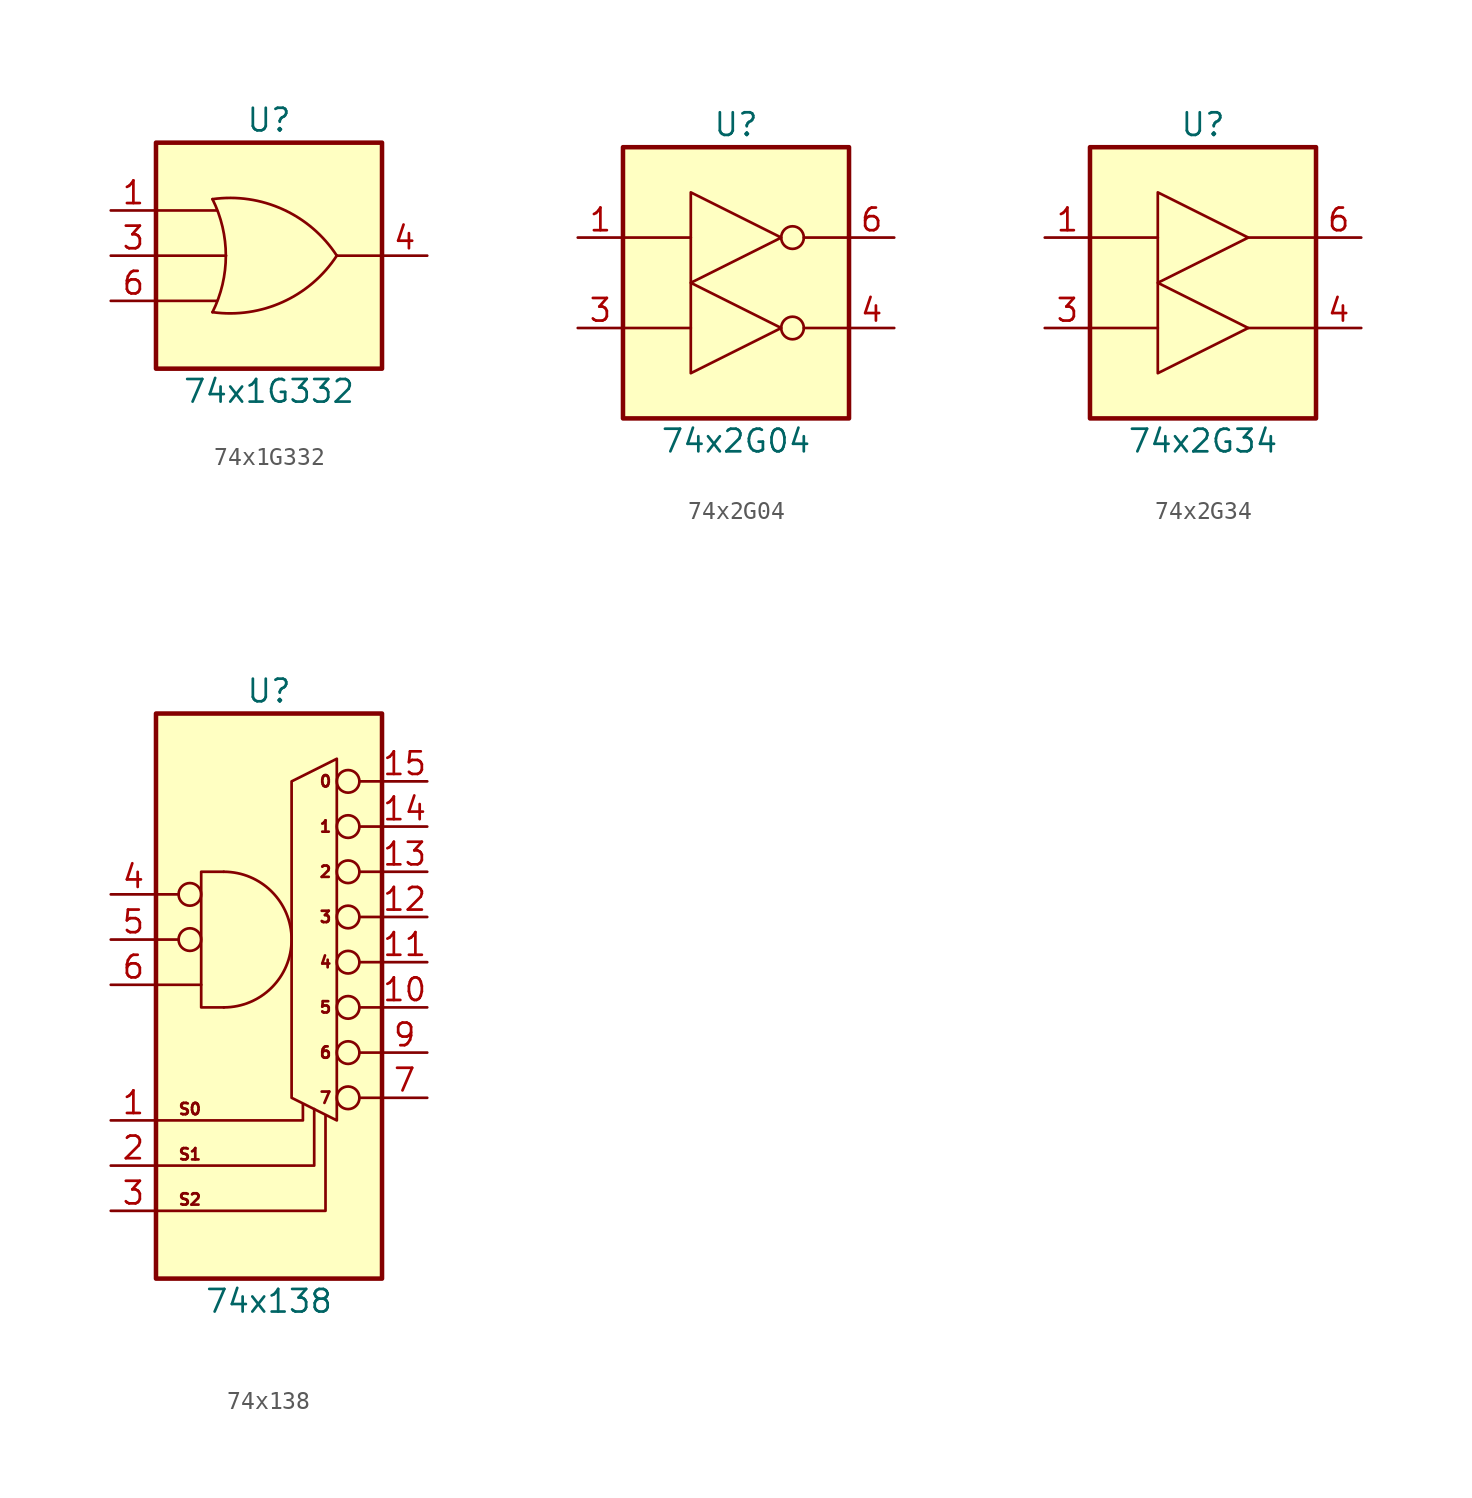
<source format=kicad_sym>
(kicad_symbol_lib
  (version 20211014)
  (generator kicad_symbol_editor)
  (symbol "74x1G332"
    (pin_names
      (offset 1.016))
    (property "Reference" "U"
      (at 0 7.62 0)
      (effects (font (size 1.27 1.27))))
    (property "Value" "74x1G332"
      (at 0 -7.62 0)
      (effects (font (size 1.27 1.27))))
    (symbol "74x1G332_0_1"
      (rectangle (start -6.35 6.35) (end 6.35 -6.35) (stroke (width 0.254) (type default) (color 0 0 0 0)) (fill (type background)))
      (arc (start -3.175 -3.175) (mid -2.4255 0) (end -3.175 3.175) (stroke (width 0) (type default) (color 0 0 0 0)) (fill (type none)))
      (arc (start -3.175 -3.175) (mid 0.7785 -2.6017) (end 3.81 0) (stroke (width 0) (type default) (color 0 0 0 0)) (fill (type none)))
      (polyline (pts (xy -6.35 -2.54) (xy -2.921 -2.54)) (stroke (width 0) (type default) (color 0 0 0 0)) (fill (type none)))
      (polyline (pts (xy -6.35 0) (xy -2.413 0)) (stroke (width 0) (type default) (color 0 0 0 0)) (fill (type none)))
      (polyline (pts (xy -6.35 2.54) (xy -2.921 2.54)) (stroke (width 0) (type default) (color 0 0 0 0)) (fill (type none)))
      (polyline (pts (xy 3.81 0) (xy 6.35 0)) (stroke (width 0) (type default) (color 0 0 0 0)) (fill (type none)))
      (arc (start 3.81 0) (mid 0.7794 2.6036) (end -3.175 3.175) (stroke (width 0) (type default) (color 0 0 0 0)) (fill (type none))))
    (symbol "74x1G332_1_1"
      (pin input line (at -8.89 2.54 0) (length 2.54) (name "~" (effects (font (size 1.27 1.27)))) (number "1" (effects (font (size 1.27 1.27)))))
      (pin power_in line (at -8.89 -5.08 0) (length 2.54) hide (name "GND" (effects (font (size 1.27 1.27)))) (number "2" (effects (font (size 1.27 1.27)))))
      (pin input line (at -8.89 0 0) (length 2.54) (name "~" (effects (font (size 1.27 1.27)))) (number "3" (effects (font (size 1.27 1.27)))))
      (pin output line (at 8.89 0 180) (length 2.54) (name "~" (effects (font (size 1.27 1.27)))) (number "4" (effects (font (size 1.27 1.27)))))
      (pin power_in line (at 8.89 5.08 180) (length 2.54) hide (name "VCC" (effects (font (size 1.27 1.27)))) (number "5" (effects (font (size 1.27 1.27)))))
      (pin input line (at -8.89 -2.54 0) (length 2.54) (name "~" (effects (font (size 1.27 1.27)))) (number "6" (effects (font (size 1.27 1.27)))))))
  (symbol "74x2G04"
    (pin_names
      (offset 1.016))
    (property "Reference" "U"
      (at 0 8.89 0)
      (effects (font (size 1.27 1.27))))
    (property "Value" "74x2G04"
      (at 0 -8.89 0)
      (effects (font (size 1.27 1.27))))
    (symbol "74x2G04_0_1"
      (rectangle (start -6.35 7.62) (end 6.35 -7.62) (stroke (width 0.254) (type default) (color 0 0 0 0)) (fill (type background)))
      (polyline (pts (xy -6.35 -2.54) (xy -2.54 -2.54)) (stroke (width 0) (type default) (color 0 0 0 0)) (fill (type none)))
      (polyline (pts (xy -6.35 2.54) (xy -2.54 2.54)) (stroke (width 0) (type default) (color 0 0 0 0)) (fill (type none)))
      (polyline (pts (xy 6.35 -2.54) (xy 3.81 -2.54)) (stroke (width 0) (type default) (color 0 0 0 0)) (fill (type none)))
      (polyline (pts (xy 6.35 2.54) (xy 3.81 2.54)) (stroke (width 0) (type default) (color 0 0 0 0)) (fill (type none)))
      (polyline (pts (xy 2.54 -2.54) (xy -2.54 0) (xy -2.54 -5.08) (xy 2.54 -2.54)) (stroke (width 0) (type default) (color 0 0 0 0)) (fill (type none)))
      (polyline (pts (xy 2.54 2.54) (xy -2.54 5.08) (xy -2.54 0) (xy 2.54 2.54)) (stroke (width 0) (type default) (color 0 0 0 0)) (fill (type none)))
      (circle (center 3.175 -2.54) (radius 0.635) (stroke (width 0) (type default) (color 0 0 0 0)) (fill (type none)))
      (circle (center 3.175 2.54) (radius 0.635) (stroke (width 0) (type default) (color 0 0 0 0)) (fill (type none))))
    (symbol "74x2G04_1_1"
      (pin input line (at -8.89 2.54 0) (length 2.54) (name "~" (effects (font (size 1.27 1.27)))) (number "1" (effects (font (size 1.27 1.27)))))
      (pin power_in line (at -8.89 -6.35 0) (length 2.54) hide (name "GND" (effects (font (size 1.27 1.27)))) (number "2" (effects (font (size 1.27 1.27)))))
      (pin input line (at -8.89 -2.54 0) (length 2.54) (name "~" (effects (font (size 1.27 1.27)))) (number "3" (effects (font (size 1.27 1.27)))))
      (pin output line (at 8.89 -2.54 180) (length 2.54) (name "~" (effects (font (size 1.27 1.27)))) (number "4" (effects (font (size 1.27 1.27)))))
      (pin power_in line (at 8.89 6.35 180) (length 2.54) hide (name "VCC" (effects (font (size 1.27 1.27)))) (number "5" (effects (font (size 1.27 1.27)))))
      (pin output line (at 8.89 2.54 180) (length 2.54) (name "~" (effects (font (size 1.27 1.27)))) (number "6" (effects (font (size 1.27 1.27)))))))
  (symbol "74x2G34"
    (pin_names
      (offset 1.016))
    (property "Reference" "U"
      (at 0 8.89 0)
      (effects (font (size 1.27 1.27))))
    (property "Value" "74x2G34"
      (at 0 -8.89 0)
      (effects (font (size 1.27 1.27))))
    (symbol "74x2G34_0_1"
      (rectangle (start -6.35 7.62) (end 6.35 -7.62) (stroke (width 0.254) (type default) (color 0 0 0 0)) (fill (type background)))
      (polyline (pts (xy -6.35 -2.54) (xy -2.54 -2.54)) (stroke (width 0) (type default) (color 0 0 0 0)) (fill (type none)))
      (polyline (pts (xy -6.35 2.54) (xy -2.54 2.54)) (stroke (width 0) (type default) (color 0 0 0 0)) (fill (type none)))
      (polyline (pts (xy 6.35 -2.54) (xy 2.54 -2.54)) (stroke (width 0) (type default) (color 0 0 0 0)) (fill (type none)))
      (polyline (pts (xy 6.35 2.54) (xy 2.54 2.54)) (stroke (width 0) (type default) (color 0 0 0 0)) (fill (type none)))
      (polyline (pts (xy 2.54 -2.54) (xy -2.54 0) (xy -2.54 -5.08) (xy 2.54 -2.54)) (stroke (width 0) (type default) (color 0 0 0 0)) (fill (type none)))
      (polyline (pts (xy 2.54 2.54) (xy -2.54 5.08) (xy -2.54 0) (xy 2.54 2.54)) (stroke (width 0) (type default) (color 0 0 0 0)) (fill (type none))))
    (symbol "74x2G34_1_1"
      (pin input line (at -8.89 2.54 0) (length 2.54) (name "~" (effects (font (size 1.27 1.27)))) (number "1" (effects (font (size 1.27 1.27)))))
      (pin power_in line (at -8.89 -6.35 0) (length 2.54) hide (name "GND" (effects (font (size 1.27 1.27)))) (number "2" (effects (font (size 1.27 1.27)))))
      (pin input line (at -8.89 -2.54 0) (length 2.54) (name "~" (effects (font (size 1.27 1.27)))) (number "3" (effects (font (size 1.27 1.27)))))
      (pin output line (at 8.89 -2.54 180) (length 2.54) (name "~" (effects (font (size 1.27 1.27)))) (number "4" (effects (font (size 1.27 1.27)))))
      (pin power_in line (at 8.89 6.35 180) (length 2.54) hide (name "VCC" (effects (font (size 1.27 1.27)))) (number "5" (effects (font (size 1.27 1.27)))))
      (pin output line (at 8.89 2.54 180) (length 2.54) (name "~" (effects (font (size 1.27 1.27)))) (number "6" (effects (font (size 1.27 1.27)))))))
  (symbol "74x138"
    (pin_names
      (offset 1.016))
    (property "Reference" "U"
      (at 0 16.51 0)
      (effects (font (size 1.27 1.27))))
    (property "Value" "74x138"
      (at 0 -17.78 0)
      (effects (font (size 1.27 1.27))))
    (symbol "74x138_0_0"
      (text "S0" (at -4.445 -6.985 0) (effects (font (size 0.635 0.635))))
      (text "S1" (at -4.445 -9.525 0) (effects (font (size 0.635 0.635))))
      (text "S2" (at -4.445 -12.065 0) (effects (font (size 0.635 0.635)))))
    (symbol "74x138_0_1"
      (rectangle (start -6.35 15.24) (end 6.35 -16.51) (stroke (width 0.254) (type default) (color 0 0 0 0)) (fill (type background)))
      (circle (center -4.445 2.54) (radius 0.635) (stroke (width 0) (type default) (color 0 0 0 0)) (fill (type none)))
      (circle (center -4.445 5.08) (radius 0.635) (stroke (width 0) (type default) (color 0 0 0 0)) (fill (type none)))
      (arc (start -2.54 -1.27) (mid 1.27 2.54) (end -2.54 6.35) (stroke (width 0) (type default) (color 0 0 0 0)) (fill (type none)))
      (polyline (pts (xy -5.08 2.54) (xy -6.35 2.54)) (stroke (width 0) (type default) (color 0 0 0 0)) (fill (type none)))
      (polyline (pts (xy -5.08 5.08) (xy -6.35 5.08)) (stroke (width 0) (type default) (color 0 0 0 0)) (fill (type none)))
      (polyline (pts (xy -3.81 0) (xy -6.35 0)) (stroke (width 0) (type default) (color 0 0 0 0)) (fill (type none)))
      (polyline (pts (xy 5.08 -6.35) (xy 6.35 -6.35)) (stroke (width 0) (type default) (color 0 0 0 0)) (fill (type none)))
      (polyline (pts (xy 5.08 -3.81) (xy 6.35 -3.81)) (stroke (width 0) (type default) (color 0 0 0 0)) (fill (type none)))
      (polyline (pts (xy 5.08 -1.27) (xy 6.35 -1.27)) (stroke (width 0) (type default) (color 0 0 0 0)) (fill (type none)))
      (polyline (pts (xy 5.08 1.27) (xy 6.35 1.27)) (stroke (width 0) (type default) (color 0 0 0 0)) (fill (type none)))
      (polyline (pts (xy 5.08 3.81) (xy 6.35 3.81)) (stroke (width 0) (type default) (color 0 0 0 0)) (fill (type none)))
      (polyline (pts (xy 5.08 6.35) (xy 6.35 6.35)) (stroke (width 0) (type default) (color 0 0 0 0)) (fill (type none)))
      (polyline (pts (xy 5.08 8.89) (xy 6.35 8.89)) (stroke (width 0) (type default) (color 0 0 0 0)) (fill (type none)))
      (polyline (pts (xy 5.08 11.43) (xy 6.35 11.43)) (stroke (width 0) (type default) (color 0 0 0 0)) (fill (type none)))
      (polyline (pts (xy -6.35 -12.7) (xy 3.175 -12.7) (xy 3.175 -7.366)) (stroke (width 0) (type default) (color 0 0 0 0)) (fill (type none)))
      (polyline (pts (xy -6.35 -10.16) (xy 2.54 -10.16) (xy 2.54 -6.985)) (stroke (width 0) (type default) (color 0 0 0 0)) (fill (type none)))
      (polyline (pts (xy -6.35 -7.62) (xy 1.905 -7.62) (xy 1.905 -6.731)) (stroke (width 0) (type default) (color 0 0 0 0)) (fill (type none)))
      (polyline (pts (xy -2.54 6.35) (xy -3.81 6.35) (xy -3.81 -1.27) (xy -2.54 -1.27)) (stroke (width 0) (type default) (color 0 0 0 0)) (fill (type none)))
      (polyline (pts (xy 3.81 12.7) (xy 3.81 -7.62) (xy 1.27 -6.35) (xy 1.27 11.43) (xy 3.81 12.7)) (stroke (width 0) (type default) (color 0 0 0 0)) (fill (type none)))
      (circle (center 4.445 -6.35) (radius 0.635) (stroke (width 0) (type default) (color 0 0 0 0)) (fill (type none)))
      (circle (center 4.445 -3.81) (radius 0.635) (stroke (width 0) (type default) (color 0 0 0 0)) (fill (type none)))
      (circle (center 4.445 -1.27) (radius 0.635) (stroke (width 0) (type default) (color 0 0 0 0)) (fill (type none)))
      (circle (center 4.445 1.27) (radius 0.635) (stroke (width 0) (type default) (color 0 0 0 0)) (fill (type none)))
      (circle (center 4.445 3.81) (radius 0.635) (stroke (width 0) (type default) (color 0 0 0 0)) (fill (type none)))
      (circle (center 4.445 6.35) (radius 0.635) (stroke (width 0) (type default) (color 0 0 0 0)) (fill (type none)))
      (circle (center 4.445 8.89) (radius 0.635) (stroke (width 0) (type default) (color 0 0 0 0)) (fill (type none)))
      (circle (center 4.445 11.43) (radius 0.635) (stroke (width 0) (type default) (color 0 0 0 0)) (fill (type none)))
      (text "0" (at 3.175 11.43 0) (effects (font (size 0.635 0.635))))
      (text "1" (at 3.175 8.89 0) (effects (font (size 0.635 0.635))))
      (text "2" (at 3.175 6.35 0) (effects (font (size 0.635 0.635))))
      (text "3" (at 3.175 3.81 0) (effects (font (size 0.635 0.635))))
      (text "4" (at 3.175 1.27 0) (effects (font (size 0.635 0.635))))
      (text "5" (at 3.175 -1.27 0) (effects (font (size 0.635 0.635))))
      (text "6" (at 3.175 -3.81 0) (effects (font (size 0.635 0.635))))
      (text "7" (at 3.175 -6.35 0) (effects (font (size 0.635 0.635)))))
    (symbol "74x138_1_1"
      (pin input line (at -8.89 -7.62 0) (length 2.54) (name "~" (effects (font (size 1.27 1.27)))) (number "1" (effects (font (size 1.27 1.27)))))
      (pin output line (at 8.89 -1.27 180) (length 2.54) (name "~" (effects (font (size 1.27 1.27)))) (number "10" (effects (font (size 1.27 1.27)))))
      (pin output line (at 8.89 1.27 180) (length 2.54) (name "~" (effects (font (size 1.27 1.27)))) (number "11" (effects (font (size 1.27 1.27)))))
      (pin output line (at 8.89 3.81 180) (length 2.54) (name "~" (effects (font (size 1.27 1.27)))) (number "12" (effects (font (size 1.27 1.27)))))
      (pin output line (at 8.89 6.35 180) (length 2.54) (name "~" (effects (font (size 1.27 1.27)))) (number "13" (effects (font (size 1.27 1.27)))))
      (pin output line (at 8.89 8.89 180) (length 2.54) (name "~" (effects (font (size 1.27 1.27)))) (number "14" (effects (font (size 1.27 1.27)))))
      (pin output line (at 8.89 11.43 180) (length 2.54) (name "~" (effects (font (size 1.27 1.27)))) (number "15" (effects (font (size 1.27 1.27)))))
      (pin power_in line (at 8.89 13.97 180) (length 2.54) hide (name "VCC" (effects (font (size 1.27 1.27)))) (number "16" (effects (font (size 1.27 1.27)))))
      (pin input line (at -8.89 -10.16 0) (length 2.54) (name "~" (effects (font (size 1.27 1.27)))) (number "2" (effects (font (size 1.27 1.27)))))
      (pin input line (at -8.89 -12.7 0) (length 2.54) (name "~" (effects (font (size 1.27 1.27)))) (number "3" (effects (font (size 1.27 1.27)))))
      (pin input line (at -8.89 5.08 0) (length 2.54) (name "~" (effects (font (size 1.27 1.27)))) (number "4" (effects (font (size 1.27 1.27)))))
      (pin input line (at -8.89 2.54 0) (length 2.54) (name "~" (effects (font (size 1.27 1.27)))) (number "5" (effects (font (size 1.27 1.27)))))
      (pin input line (at -8.89 0 0) (length 2.54) (name "~" (effects (font (size 1.27 1.27)))) (number "6" (effects (font (size 1.27 1.27)))))
      (pin output line (at 8.89 -6.35 180) (length 2.54) (name "~" (effects (font (size 1.27 1.27)))) (number "7" (effects (font (size 1.27 1.27)))))
      (pin power_in line (at -8.89 -15.24 0) (length 2.54) hide (name "GND" (effects (font (size 1.27 1.27)))) (number "8" (effects (font (size 1.27 1.27)))))
      (pin output line (at 8.89 -3.81 180) (length 2.54) (name "~" (effects (font (size 1.27 1.27)))) (number "9" (effects (font (size 1.27 1.27))))))))
</source>
